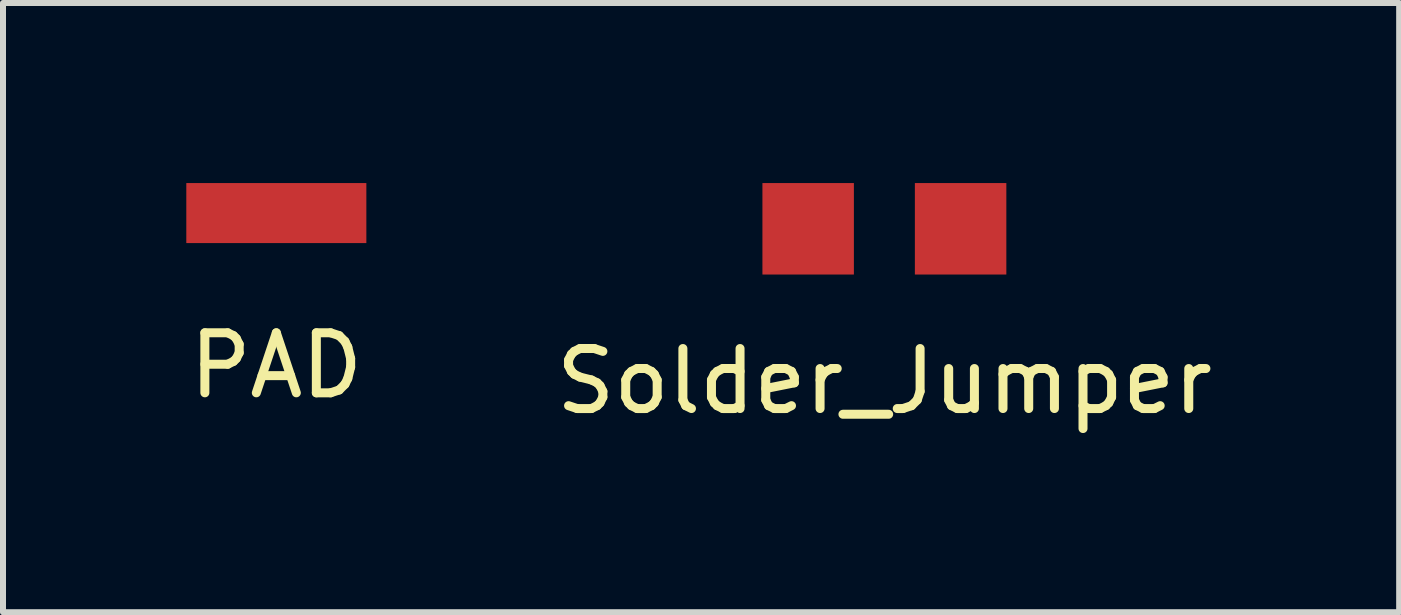
<source format=kicad_pcb>
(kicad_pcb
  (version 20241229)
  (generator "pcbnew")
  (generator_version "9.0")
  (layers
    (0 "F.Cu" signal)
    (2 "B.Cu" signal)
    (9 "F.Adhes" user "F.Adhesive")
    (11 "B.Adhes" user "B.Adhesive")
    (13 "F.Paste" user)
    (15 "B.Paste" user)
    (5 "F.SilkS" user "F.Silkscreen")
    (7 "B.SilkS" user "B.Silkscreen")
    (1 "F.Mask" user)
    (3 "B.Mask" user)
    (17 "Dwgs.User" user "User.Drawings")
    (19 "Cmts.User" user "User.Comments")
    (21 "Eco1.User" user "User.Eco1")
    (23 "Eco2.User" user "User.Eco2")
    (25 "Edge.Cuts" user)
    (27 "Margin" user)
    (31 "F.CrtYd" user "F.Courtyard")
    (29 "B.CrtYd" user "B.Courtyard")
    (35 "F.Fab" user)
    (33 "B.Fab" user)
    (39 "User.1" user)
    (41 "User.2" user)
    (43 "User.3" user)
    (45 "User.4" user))
  (footprint "Solder_Jumper"
    (layer "F.Cu")
    (at 11.685 0.762)
    (property "Reference" "Solder_Jumper" (at 0 2.54 0) (layer "F.SilkS") (effects (font (size 1 1) (thickness 0.15))))
    (attr through_hole)
    (pad "1" smd rect (at -1.27 0) (size 1.524 1.524) (layers "F.Cu" "F.Mask" "F.Paste"))
    (pad "2" smd rect (at 1.27 0) (size 1.524 1.524) (layers "F.Cu" "F.Mask" "F.Paste")))
  (footprint "PAD"
    (layer "F.Cu")
    (at 1.554 0.5)
    (property "Reference" "PAD" (at 0 2.54 0) (layer "F.SilkS") (effects (font (size 1 1) (thickness 0.15))))
    (attr through_hole)
    (pad "1" smd rect (at 0 0) (size 3 1) (layers "F.Cu")))
  (gr_rect
    (start -3 -3)
    (end 20.262 7.15)
    (stroke (width 0.1) (type default))
    (fill no)
    (layer "Edge.Cuts")))
</source>
